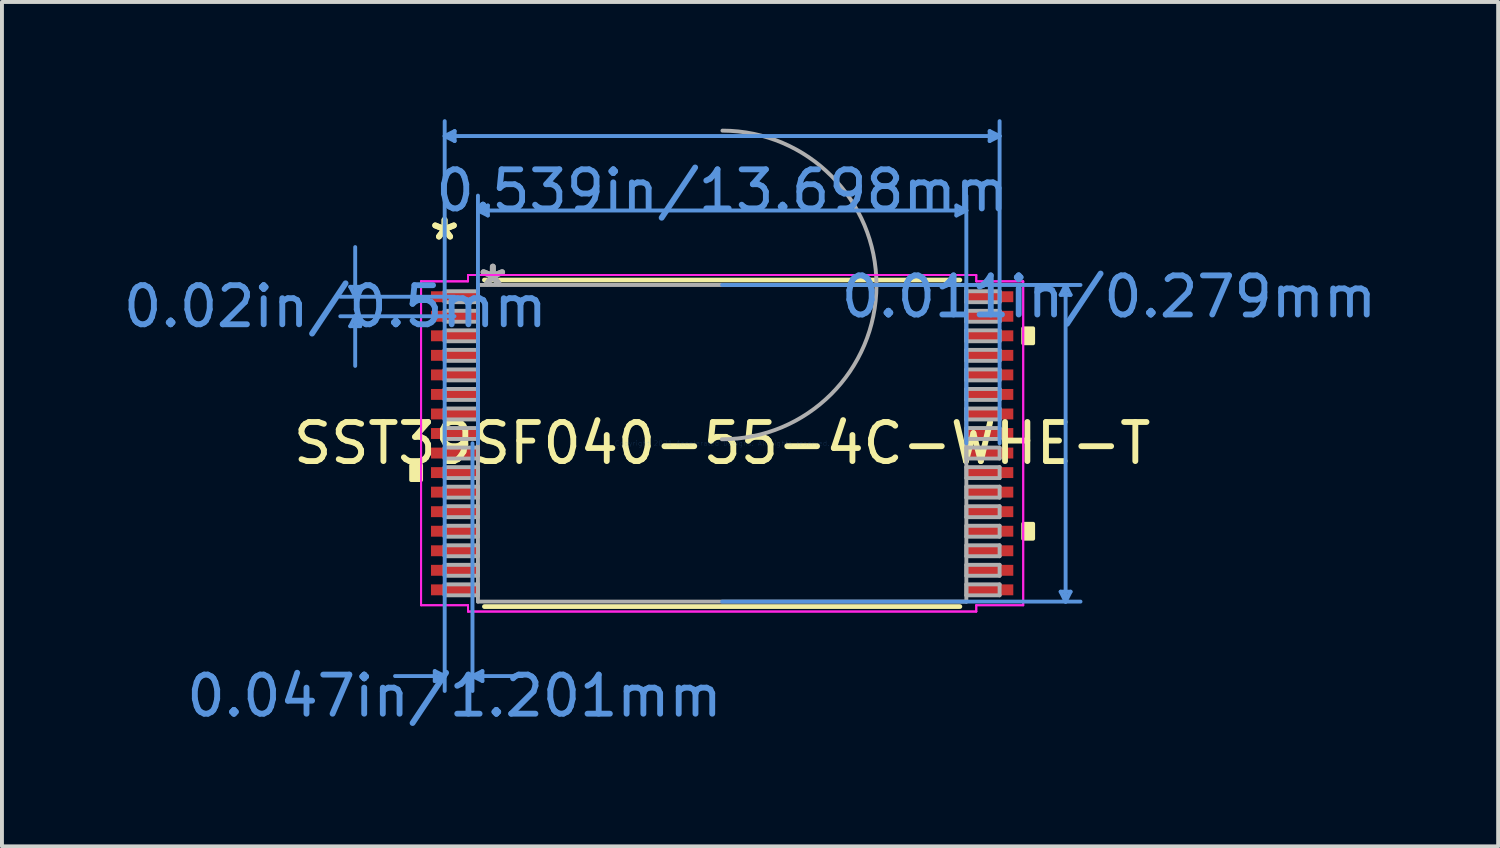
<source format=kicad_pcb>
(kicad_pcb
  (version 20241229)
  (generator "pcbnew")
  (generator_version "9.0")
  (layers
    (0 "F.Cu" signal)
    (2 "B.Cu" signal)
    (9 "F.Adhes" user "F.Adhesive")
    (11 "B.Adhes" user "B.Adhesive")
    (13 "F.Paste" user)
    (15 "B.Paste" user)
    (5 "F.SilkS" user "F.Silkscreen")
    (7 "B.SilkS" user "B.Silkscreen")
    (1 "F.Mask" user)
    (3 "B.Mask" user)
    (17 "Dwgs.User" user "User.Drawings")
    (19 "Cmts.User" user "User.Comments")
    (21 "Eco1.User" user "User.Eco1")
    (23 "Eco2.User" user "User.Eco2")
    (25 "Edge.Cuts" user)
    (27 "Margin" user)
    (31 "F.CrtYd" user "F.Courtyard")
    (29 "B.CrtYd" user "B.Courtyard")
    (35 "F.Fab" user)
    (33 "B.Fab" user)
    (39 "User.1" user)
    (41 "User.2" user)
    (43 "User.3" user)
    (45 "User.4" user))
  (footprint "SST39SF040-55-4C-WHE-T"
    (layer "F.Cu")
    (at 15.427 8.292)
    (property "Reference" "SST39SF040-55-4C-WHE-T" (at 0 0 0) (layer "F.SilkS") (effects (font (size 1 1) (thickness 0.15))))
    (attr through_hole)
    (fp_line (start -6.083 4.178) (end 6.083 4.178) (stroke (width 0.12) (type solid)) (layer "F.SilkS"))
    (fp_line (start 6.083 -4.178) (end -6.083 -4.178) (stroke (width 0.12) (type solid)) (layer "F.SilkS"))
    (fp_poly (pts (xy -7.957 0.56) (xy -7.957 0.941) (xy -7.703 0.941) (xy -7.703 0.56)) (stroke (width 0.1) (type solid)) (fill yes) (layer "F.SilkS"))
    (fp_poly (pts (xy 7.957 -2.941) (xy 7.957 -2.559) (xy 7.703 -2.559) (xy 7.703 -2.941)) (stroke (width 0.1) (type solid)) (fill yes) (layer "F.SilkS"))
    (fp_poly (pts (xy 7.957 2.06) (xy 7.957 2.441) (xy 7.703 2.441) (xy 7.703 2.06)) (stroke (width 0.1) (type solid)) (fill yes) (layer "F.SilkS"))
    (fp_line (start -9.516 -4.004) (end -9.262 -4.004) (stroke (width 0.1) (type solid)) (layer "Cmts.User"))
    (fp_line (start -9.516 -2.996) (end -9.262 -2.996) (stroke (width 0.1) (type solid)) (layer "Cmts.User"))
    (fp_line (start -9.389 -3.75) (end -9.516 -4.004) (stroke (width 0.1) (type solid)) (layer "Cmts.User"))
    (fp_line (start -9.389 -3.75) (end -9.389 -5.02) (stroke (width 0.1) (type solid)) (layer "Cmts.User"))
    (fp_line (start -9.389 -3.75) (end -9.262 -4.004) (stroke (width 0.1) (type solid)) (layer "Cmts.User"))
    (fp_line (start -9.389 -3.25) (end -9.516 -2.996) (stroke (width 0.1) (type solid)) (layer "Cmts.User"))
    (fp_line (start -9.389 -3.25) (end -9.389 -1.98) (stroke (width 0.1) (type solid)) (layer "Cmts.User"))
    (fp_line (start -9.389 -3.25) (end -9.262 -2.996) (stroke (width 0.1) (type solid)) (layer "Cmts.User"))
    (fp_line (start -7.353 5.829) (end -7.353 6.083) (stroke (width 0.1) (type solid)) (layer "Cmts.User"))
    (fp_line (start -7.099 -7.861) (end -6.845 -7.988) (stroke (width 0.1) (type solid)) (layer "Cmts.User"))
    (fp_line (start -7.099 -7.861) (end -6.845 -7.734) (stroke (width 0.1) (type solid)) (layer "Cmts.User"))
    (fp_line (start -7.099 -7.861) (end 7.099 -7.861) (stroke (width 0.1) (type solid)) (layer "Cmts.User"))
    (fp_line (start -7.099 0) (end -7.099 -8.242) (stroke (width 0.1) (type solid)) (layer "Cmts.User"))
    (fp_line (start -7.099 0) (end -7.099 6.337) (stroke (width 0.1) (type solid)) (layer "Cmts.User"))
    (fp_line (start -7.099 5.956) (end -8.369 5.956) (stroke (width 0.1) (type solid)) (layer "Cmts.User"))
    (fp_line (start -7.099 5.956) (end -7.353 5.829) (stroke (width 0.1) (type solid)) (layer "Cmts.User"))
    (fp_line (start -7.099 5.956) (end -7.353 6.083) (stroke (width 0.1) (type solid)) (layer "Cmts.User"))
    (fp_line (start -6.849 -3.75) (end -9.77 -3.75) (stroke (width 0.1) (type solid)) (layer "Cmts.User"))
    (fp_line (start -6.849 -3.25) (end -9.77 -3.25) (stroke (width 0.1) (type solid)) (layer "Cmts.User"))
    (fp_line (start -6.845 -7.988) (end -6.845 -7.734) (stroke (width 0.1) (type solid)) (layer "Cmts.User"))
    (fp_line (start -6.388 0) (end -6.388 6.337) (stroke (width 0.1) (type solid)) (layer "Cmts.User"))
    (fp_line (start -6.388 5.956) (end -6.134 5.829) (stroke (width 0.1) (type solid)) (layer "Cmts.User"))
    (fp_line (start -6.388 5.956) (end -6.134 6.083) (stroke (width 0.1) (type solid)) (layer "Cmts.User"))
    (fp_line (start -6.388 5.956) (end -5.118 5.956) (stroke (width 0.1) (type solid)) (layer "Cmts.User"))
    (fp_line (start -6.248 -5.956) (end -5.994 -6.083) (stroke (width 0.1) (type solid)) (layer "Cmts.User"))
    (fp_line (start -6.248 -5.956) (end -5.994 -5.829) (stroke (width 0.1) (type solid)) (layer "Cmts.User"))
    (fp_line (start -6.248 -5.956) (end 6.248 -5.956) (stroke (width 0.1) (type solid)) (layer "Cmts.User"))
    (fp_line (start -6.248 0) (end -6.248 -6.337) (stroke (width 0.1) (type solid)) (layer "Cmts.User"))
    (fp_line (start -6.134 5.829) (end -6.134 6.083) (stroke (width 0.1) (type solid)) (layer "Cmts.User"))
    (fp_line (start -5.994 -6.083) (end -5.994 -5.829) (stroke (width 0.1) (type solid)) (layer "Cmts.User"))
    (fp_line (start 0 -4.051) (end 9.169 -4.051) (stroke (width 0.1) (type solid)) (layer "Cmts.User"))
    (fp_line (start 0 4.051) (end 9.169 4.051) (stroke (width 0.1) (type solid)) (layer "Cmts.User"))
    (fp_line (start 5.994 -6.083) (end 5.994 -5.829) (stroke (width 0.1) (type solid)) (layer "Cmts.User"))
    (fp_line (start 6.248 -5.956) (end 5.994 -6.083) (stroke (width 0.1) (type solid)) (layer "Cmts.User"))
    (fp_line (start 6.248 -5.956) (end 5.994 -5.829) (stroke (width 0.1) (type solid)) (layer "Cmts.User"))
    (fp_line (start 6.248 0) (end 6.248 -6.337) (stroke (width 0.1) (type solid)) (layer "Cmts.User"))
    (fp_line (start 6.845 -7.988) (end 6.845 -7.734) (stroke (width 0.1) (type solid)) (layer "Cmts.User"))
    (fp_line (start 7.099 -7.861) (end 6.845 -7.988) (stroke (width 0.1) (type solid)) (layer "Cmts.User"))
    (fp_line (start 7.099 -7.861) (end 6.845 -7.734) (stroke (width 0.1) (type solid)) (layer "Cmts.User"))
    (fp_line (start 7.099 0) (end 7.099 -8.242) (stroke (width 0.1) (type solid)) (layer "Cmts.User"))
    (fp_line (start 8.661 -3.797) (end 8.915 -3.797) (stroke (width 0.1) (type solid)) (layer "Cmts.User"))
    (fp_line (start 8.661 3.797) (end 8.915 3.797) (stroke (width 0.1) (type solid)) (layer "Cmts.User"))
    (fp_line (start 8.788 -4.051) (end 8.661 -3.797) (stroke (width 0.1) (type solid)) (layer "Cmts.User"))
    (fp_line (start 8.788 -4.051) (end 8.788 4.051) (stroke (width 0.1) (type solid)) (layer "Cmts.User"))
    (fp_line (start 8.788 -4.051) (end 8.915 -3.797) (stroke (width 0.1) (type solid)) (layer "Cmts.User"))
    (fp_line (start 8.788 4.051) (end 8.661 3.797) (stroke (width 0.1) (type solid)) (layer "Cmts.User"))
    (fp_line (start 8.788 4.051) (end 8.915 3.797) (stroke (width 0.1) (type solid)) (layer "Cmts.User"))
    (fp_line (start -7.703 -4.144) (end -6.502 -4.144) (stroke (width 0.05) (type solid)) (layer "F.CrtYd"))
    (fp_line (start -7.703 -4.144) (end -6.502 -4.144) (stroke (width 0.05) (type solid)) (layer "F.CrtYd"))
    (fp_line (start -7.703 4.144) (end -7.703 -4.144) (stroke (width 0.05) (type solid)) (layer "F.CrtYd"))
    (fp_line (start -7.703 4.144) (end -7.703 -4.144) (stroke (width 0.05) (type solid)) (layer "F.CrtYd"))
    (fp_line (start -7.703 4.144) (end -6.502 4.144) (stroke (width 0.05) (type solid)) (layer "F.CrtYd"))
    (fp_line (start -6.502 -4.305) (end 6.502 -4.305) (stroke (width 0.05) (type solid)) (layer "F.CrtYd"))
    (fp_line (start -6.502 -4.305) (end 6.502 -4.305) (stroke (width 0.05) (type solid)) (layer "F.CrtYd"))
    (fp_line (start -6.502 -4.144) (end -6.502 -4.305) (stroke (width 0.05) (type solid)) (layer "F.CrtYd"))
    (fp_line (start -6.502 -4.144) (end -6.502 -4.305) (stroke (width 0.05) (type solid)) (layer "F.CrtYd"))
    (fp_line (start -6.502 4.144) (end -7.703 4.144) (stroke (width 0.05) (type solid)) (layer "F.CrtYd"))
    (fp_line (start -6.502 4.305) (end -6.502 4.144) (stroke (width 0.05) (type solid)) (layer "F.CrtYd"))
    (fp_line (start -6.502 4.305) (end -6.502 4.144) (stroke (width 0.05) (type solid)) (layer "F.CrtYd"))
    (fp_line (start 6.502 -4.305) (end 6.502 -4.144) (stroke (width 0.05) (type solid)) (layer "F.CrtYd"))
    (fp_line (start 6.502 -4.305) (end 6.502 -4.144) (stroke (width 0.05) (type solid)) (layer "F.CrtYd"))
    (fp_line (start 6.502 -4.144) (end 7.703 -4.144) (stroke (width 0.05) (type solid)) (layer "F.CrtYd"))
    (fp_line (start 6.502 4.144) (end 6.502 4.305) (stroke (width 0.05) (type solid)) (layer "F.CrtYd"))
    (fp_line (start 6.502 4.144) (end 6.502 4.305) (stroke (width 0.05) (type solid)) (layer "F.CrtYd"))
    (fp_line (start 6.502 4.305) (end -6.502 4.305) (stroke (width 0.05) (type solid)) (layer "F.CrtYd"))
    (fp_line (start 6.502 4.305) (end -6.502 4.305) (stroke (width 0.05) (type solid)) (layer "F.CrtYd"))
    (fp_line (start 7.703 -4.144) (end 6.502 -4.144) (stroke (width 0.05) (type solid)) (layer "F.CrtYd"))
    (fp_line (start 7.703 -4.144) (end 7.703 4.144) (stroke (width 0.05) (type solid)) (layer "F.CrtYd"))
    (fp_line (start 7.703 -4.144) (end 7.703 4.144) (stroke (width 0.05) (type solid)) (layer "F.CrtYd"))
    (fp_line (start 7.703 4.144) (end 6.502 4.144) (stroke (width 0.05) (type solid)) (layer "F.CrtYd"))
    (fp_line (start 7.703 4.144) (end 6.502 4.144) (stroke (width 0.05) (type solid)) (layer "F.CrtYd"))
    (fp_line (start -7.099 -3.89) (end -7.099 -3.61) (stroke (width 0.1) (type solid)) (layer "F.Fab"))
    (fp_line (start -7.099 -3.61) (end -6.248 -3.61) (stroke (width 0.1) (type solid)) (layer "F.Fab"))
    (fp_line (start -7.099 -3.39) (end -7.099 -3.11) (stroke (width 0.1) (type solid)) (layer "F.Fab"))
    (fp_line (start -7.099 -3.11) (end -6.248 -3.11) (stroke (width 0.1) (type solid)) (layer "F.Fab"))
    (fp_line (start -7.099 -2.89) (end -7.099 -2.61) (stroke (width 0.1) (type solid)) (layer "F.Fab"))
    (fp_line (start -7.099 -2.61) (end -6.248 -2.61) (stroke (width 0.1) (type solid)) (layer "F.Fab"))
    (fp_line (start -7.099 -2.39) (end -7.099 -2.11) (stroke (width 0.1) (type solid)) (layer "F.Fab"))
    (fp_line (start -7.099 -2.11) (end -6.248 -2.11) (stroke (width 0.1) (type solid)) (layer "F.Fab"))
    (fp_line (start -7.099 -1.89) (end -7.099 -1.61) (stroke (width 0.1) (type solid)) (layer "F.Fab"))
    (fp_line (start -7.099 -1.61) (end -6.248 -1.61) (stroke (width 0.1) (type solid)) (layer "F.Fab"))
    (fp_line (start -7.099 -1.39) (end -7.099 -1.11) (stroke (width 0.1) (type solid)) (layer "F.Fab"))
    (fp_line (start -7.099 -1.11) (end -6.248 -1.11) (stroke (width 0.1) (type solid)) (layer "F.Fab"))
    (fp_line (start -7.099 -0.89) (end -7.099 -0.61) (stroke (width 0.1) (type solid)) (layer "F.Fab"))
    (fp_line (start -7.099 -0.61) (end -6.248 -0.61) (stroke (width 0.1) (type solid)) (layer "F.Fab"))
    (fp_line (start -7.099 -0.39) (end -7.099 -0.11) (stroke (width 0.1) (type solid)) (layer "F.Fab"))
    (fp_line (start -7.099 -0.11) (end -6.248 -0.11) (stroke (width 0.1) (type solid)) (layer "F.Fab"))
    (fp_line (start -7.099 0.11) (end -7.099 0.39) (stroke (width 0.1) (type solid)) (layer "F.Fab"))
    (fp_line (start -7.099 0.39) (end -6.248 0.39) (stroke (width 0.1) (type solid)) (layer "F.Fab"))
    (fp_line (start -7.099 0.61) (end -7.099 0.89) (stroke (width 0.1) (type solid)) (layer "F.Fab"))
    (fp_line (start -7.099 0.89) (end -6.248 0.89) (stroke (width 0.1) (type solid)) (layer "F.Fab"))
    (fp_line (start -7.099 1.11) (end -7.099 1.39) (stroke (width 0.1) (type solid)) (layer "F.Fab"))
    (fp_line (start -7.099 1.39) (end -6.248 1.39) (stroke (width 0.1) (type solid)) (layer "F.Fab"))
    (fp_line (start -7.099 1.61) (end -7.099 1.89) (stroke (width 0.1) (type solid)) (layer "F.Fab"))
    (fp_line (start -7.099 1.89) (end -6.248 1.89) (stroke (width 0.1) (type solid)) (layer "F.Fab"))
    (fp_line (start -7.099 2.11) (end -7.099 2.39) (stroke (width 0.1) (type solid)) (layer "F.Fab"))
    (fp_line (start -7.099 2.39) (end -6.248 2.39) (stroke (width 0.1) (type solid)) (layer "F.Fab"))
    (fp_line (start -7.099 2.61) (end -7.099 2.89) (stroke (width 0.1) (type solid)) (layer "F.Fab"))
    (fp_line (start -7.099 2.89) (end -6.248 2.89) (stroke (width 0.1) (type solid)) (layer "F.Fab"))
    (fp_line (start -7.099 3.11) (end -7.099 3.39) (stroke (width 0.1) (type solid)) (layer "F.Fab"))
    (fp_line (start -7.099 3.39) (end -6.248 3.39) (stroke (width 0.1) (type solid)) (layer "F.Fab"))
    (fp_line (start -7.099 3.61) (end -7.099 3.89) (stroke (width 0.1) (type solid)) (layer "F.Fab"))
    (fp_line (start -7.099 3.89) (end -6.248 3.89) (stroke (width 0.1) (type solid)) (layer "F.Fab"))
    (fp_line (start -6.248 -4.051) (end -6.248 4.051) (stroke (width 0.1) (type solid)) (layer "F.Fab"))
    (fp_line (start -6.248 -3.89) (end -7.099 -3.89) (stroke (width 0.1) (type solid)) (layer "F.Fab"))
    (fp_line (start -6.248 -3.61) (end -6.248 -3.89) (stroke (width 0.1) (type solid)) (layer "F.Fab"))
    (fp_line (start -6.248 -3.39) (end -7.099 -3.39) (stroke (width 0.1) (type solid)) (layer "F.Fab"))
    (fp_line (start -6.248 -3.11) (end -6.248 -3.39) (stroke (width 0.1) (type solid)) (layer "F.Fab"))
    (fp_line (start -6.248 -2.89) (end -7.099 -2.89) (stroke (width 0.1) (type solid)) (layer "F.Fab"))
    (fp_line (start -6.248 -2.61) (end -6.248 -2.89) (stroke (width 0.1) (type solid)) (layer "F.Fab"))
    (fp_line (start -6.248 -2.39) (end -7.099 -2.39) (stroke (width 0.1) (type solid)) (layer "F.Fab"))
    (fp_line (start -6.248 -2.11) (end -6.248 -2.39) (stroke (width 0.1) (type solid)) (layer "F.Fab"))
    (fp_line (start -6.248 -1.89) (end -7.099 -1.89) (stroke (width 0.1) (type solid)) (layer "F.Fab"))
    (fp_line (start -6.248 -1.61) (end -6.248 -1.89) (stroke (width 0.1) (type solid)) (layer "F.Fab"))
    (fp_line (start -6.248 -1.39) (end -7.099 -1.39) (stroke (width 0.1) (type solid)) (layer "F.Fab"))
    (fp_line (start -6.248 -1.11) (end -6.248 -1.39) (stroke (width 0.1) (type solid)) (layer "F.Fab"))
    (fp_line (start -6.248 -0.89) (end -7.099 -0.89) (stroke (width 0.1) (type solid)) (layer "F.Fab"))
    (fp_line (start -6.248 -0.61) (end -6.248 -0.89) (stroke (width 0.1) (type solid)) (layer "F.Fab"))
    (fp_line (start -6.248 -0.39) (end -7.099 -0.39) (stroke (width 0.1) (type solid)) (layer "F.Fab"))
    (fp_line (start -6.248 -0.11) (end -6.248 -0.39) (stroke (width 0.1) (type solid)) (layer "F.Fab"))
    (fp_line (start -6.248 0.11) (end -7.099 0.11) (stroke (width 0.1) (type solid)) (layer "F.Fab"))
    (fp_line (start -6.248 0.39) (end -6.248 0.11) (stroke (width 0.1) (type solid)) (layer "F.Fab"))
    (fp_line (start -6.248 0.61) (end -7.099 0.61) (stroke (width 0.1) (type solid)) (layer "F.Fab"))
    (fp_line (start -6.248 0.89) (end -6.248 0.61) (stroke (width 0.1) (type solid)) (layer "F.Fab"))
    (fp_line (start -6.248 1.11) (end -7.099 1.11) (stroke (width 0.1) (type solid)) (layer "F.Fab"))
    (fp_line (start -6.248 1.39) (end -6.248 1.11) (stroke (width 0.1) (type solid)) (layer "F.Fab"))
    (fp_line (start -6.248 1.61) (end -7.099 1.61) (stroke (width 0.1) (type solid)) (layer "F.Fab"))
    (fp_line (start -6.248 1.89) (end -6.248 1.61) (stroke (width 0.1) (type solid)) (layer "F.Fab"))
    (fp_line (start -6.248 2.11) (end -7.099 2.11) (stroke (width 0.1) (type solid)) (layer "F.Fab"))
    (fp_line (start -6.248 2.39) (end -6.248 2.11) (stroke (width 0.1) (type solid)) (layer "F.Fab"))
    (fp_line (start -6.248 2.61) (end -7.099 2.61) (stroke (width 0.1) (type solid)) (layer "F.Fab"))
    (fp_line (start -6.248 2.89) (end -6.248 2.61) (stroke (width 0.1) (type solid)) (layer "F.Fab"))
    (fp_line (start -6.248 3.11) (end -7.099 3.11) (stroke (width 0.1) (type solid)) (layer "F.Fab"))
    (fp_line (start -6.248 3.39) (end -6.248 3.11) (stroke (width 0.1) (type solid)) (layer "F.Fab"))
    (fp_line (start -6.248 3.61) (end -7.099 3.61) (stroke (width 0.1) (type solid)) (layer "F.Fab"))
    (fp_line (start -6.248 3.89) (end -6.248 3.61) (stroke (width 0.1) (type solid)) (layer "F.Fab"))
    (fp_line (start -6.248 4.051) (end 6.248 4.051) (stroke (width 0.1) (type solid)) (layer "F.Fab"))
    (fp_line (start 6.248 -4.051) (end -6.248 -4.051) (stroke (width 0.1) (type solid)) (layer "F.Fab"))
    (fp_line (start 6.248 -3.89) (end 6.248 -3.61) (stroke (width 0.1) (type solid)) (layer "F.Fab"))
    (fp_line (start 6.248 -3.61) (end 7.099 -3.61) (stroke (width 0.1) (type solid)) (layer "F.Fab"))
    (fp_line (start 6.248 -3.39) (end 6.248 -3.11) (stroke (width 0.1) (type solid)) (layer "F.Fab"))
    (fp_line (start 6.248 -3.11) (end 7.099 -3.11) (stroke (width 0.1) (type solid)) (layer "F.Fab"))
    (fp_line (start 6.248 -2.89) (end 6.248 -2.61) (stroke (width 0.1) (type solid)) (layer "F.Fab"))
    (fp_line (start 6.248 -2.61) (end 7.099 -2.61) (stroke (width 0.1) (type solid)) (layer "F.Fab"))
    (fp_line (start 6.248 -2.39) (end 6.248 -2.11) (stroke (width 0.1) (type solid)) (layer "F.Fab"))
    (fp_line (start 6.248 -2.11) (end 7.099 -2.11) (stroke (width 0.1) (type solid)) (layer "F.Fab"))
    (fp_line (start 6.248 -1.89) (end 6.248 -1.61) (stroke (width 0.1) (type solid)) (layer "F.Fab"))
    (fp_line (start 6.248 -1.61) (end 7.099 -1.61) (stroke (width 0.1) (type solid)) (layer "F.Fab"))
    (fp_line (start 6.248 -1.39) (end 6.248 -1.11) (stroke (width 0.1) (type solid)) (layer "F.Fab"))
    (fp_line (start 6.248 -1.11) (end 7.099 -1.11) (stroke (width 0.1) (type solid)) (layer "F.Fab"))
    (fp_line (start 6.248 -0.89) (end 6.248 -0.61) (stroke (width 0.1) (type solid)) (layer "F.Fab"))
    (fp_line (start 6.248 -0.61) (end 7.099 -0.61) (stroke (width 0.1) (type solid)) (layer "F.Fab"))
    (fp_line (start 6.248 -0.39) (end 6.248 -0.11) (stroke (width 0.1) (type solid)) (layer "F.Fab"))
    (fp_line (start 6.248 -0.11) (end 7.099 -0.11) (stroke (width 0.1) (type solid)) (layer "F.Fab"))
    (fp_line (start 6.248 0.11) (end 6.248 0.39) (stroke (width 0.1) (type solid)) (layer "F.Fab"))
    (fp_line (start 6.248 0.39) (end 7.099 0.39) (stroke (width 0.1) (type solid)) (layer "F.Fab"))
    (fp_line (start 6.248 0.61) (end 6.248 0.89) (stroke (width 0.1) (type solid)) (layer "F.Fab"))
    (fp_line (start 6.248 0.89) (end 7.099 0.89) (stroke (width 0.1) (type solid)) (layer "F.Fab"))
    (fp_line (start 6.248 1.11) (end 6.248 1.39) (stroke (width 0.1) (type solid)) (layer "F.Fab"))
    (fp_line (start 6.248 1.39) (end 7.099 1.39) (stroke (width 0.1) (type solid)) (layer "F.Fab"))
    (fp_line (start 6.248 1.61) (end 6.248 1.89) (stroke (width 0.1) (type solid)) (layer "F.Fab"))
    (fp_line (start 6.248 1.89) (end 7.099 1.89) (stroke (width 0.1) (type solid)) (layer "F.Fab"))
    (fp_line (start 6.248 2.11) (end 6.248 2.39) (stroke (width 0.1) (type solid)) (layer "F.Fab"))
    (fp_line (start 6.248 2.39) (end 7.099 2.39) (stroke (width 0.1) (type solid)) (layer "F.Fab"))
    (fp_line (start 6.248 2.61) (end 6.248 2.89) (stroke (width 0.1) (type solid)) (layer "F.Fab"))
    (fp_line (start 6.248 2.89) (end 7.099 2.89) (stroke (width 0.1) (type solid)) (layer "F.Fab"))
    (fp_line (start 6.248 3.11) (end 6.248 3.39) (stroke (width 0.1) (type solid)) (layer "F.Fab"))
    (fp_line (start 6.248 3.39) (end 7.099 3.39) (stroke (width 0.1) (type solid)) (layer "F.Fab"))
    (fp_line (start 6.248 3.61) (end 6.248 3.89) (stroke (width 0.1) (type solid)) (layer "F.Fab"))
    (fp_line (start 6.248 3.89) (end 7.099 3.89) (stroke (width 0.1) (type solid)) (layer "F.Fab"))
    (fp_line (start 6.248 4.051) (end 6.248 -4.051) (stroke (width 0.1) (type solid)) (layer "F.Fab"))
    (fp_line (start 7.099 -3.89) (end 6.248 -3.89) (stroke (width 0.1) (type solid)) (layer "F.Fab"))
    (fp_line (start 7.099 -3.61) (end 7.099 -3.89) (stroke (width 0.1) (type solid)) (layer "F.Fab"))
    (fp_line (start 7.099 -3.39) (end 6.248 -3.39) (stroke (width 0.1) (type solid)) (layer "F.Fab"))
    (fp_line (start 7.099 -3.11) (end 7.099 -3.39) (stroke (width 0.1) (type solid)) (layer "F.Fab"))
    (fp_line (start 7.099 -2.89) (end 6.248 -2.89) (stroke (width 0.1) (type solid)) (layer "F.Fab"))
    (fp_line (start 7.099 -2.61) (end 7.099 -2.89) (stroke (width 0.1) (type solid)) (layer "F.Fab"))
    (fp_line (start 7.099 -2.39) (end 6.248 -2.39) (stroke (width 0.1) (type solid)) (layer "F.Fab"))
    (fp_line (start 7.099 -2.11) (end 7.099 -2.39) (stroke (width 0.1) (type solid)) (layer "F.Fab"))
    (fp_line (start 7.099 -1.89) (end 6.248 -1.89) (stroke (width 0.1) (type solid)) (layer "F.Fab"))
    (fp_line (start 7.099 -1.61) (end 7.099 -1.89) (stroke (width 0.1) (type solid)) (layer "F.Fab"))
    (fp_line (start 7.099 -1.39) (end 6.248 -1.39) (stroke (width 0.1) (type solid)) (layer "F.Fab"))
    (fp_line (start 7.099 -1.11) (end 7.099 -1.39) (stroke (width 0.1) (type solid)) (layer "F.Fab"))
    (fp_line (start 7.099 -0.89) (end 6.248 -0.89) (stroke (width 0.1) (type solid)) (layer "F.Fab"))
    (fp_line (start 7.099 -0.61) (end 7.099 -0.89) (stroke (width 0.1) (type solid)) (layer "F.Fab"))
    (fp_line (start 7.099 -0.39) (end 6.248 -0.39) (stroke (width 0.1) (type solid)) (layer "F.Fab"))
    (fp_line (start 7.099 -0.11) (end 7.099 -0.39) (stroke (width 0.1) (type solid)) (layer "F.Fab"))
    (fp_line (start 7.099 0.11) (end 6.248 0.11) (stroke (width 0.1) (type solid)) (layer "F.Fab"))
    (fp_line (start 7.099 0.39) (end 7.099 0.11) (stroke (width 0.1) (type solid)) (layer "F.Fab"))
    (fp_line (start 7.099 0.61) (end 6.248 0.61) (stroke (width 0.1) (type solid)) (layer "F.Fab"))
    (fp_line (start 7.099 0.89) (end 7.099 0.61) (stroke (width 0.1) (type solid)) (layer "F.Fab"))
    (fp_line (start 7.099 1.11) (end 6.248 1.11) (stroke (width 0.1) (type solid)) (layer "F.Fab"))
    (fp_line (start 7.099 1.39) (end 7.099 1.11) (stroke (width 0.1) (type solid)) (layer "F.Fab"))
    (fp_line (start 7.099 1.61) (end 6.248 1.61) (stroke (width 0.1) (type solid)) (layer "F.Fab"))
    (fp_line (start 7.099 1.89) (end 7.099 1.61) (stroke (width 0.1) (type solid)) (layer "F.Fab"))
    (fp_line (start 7.099 2.11) (end 6.248 2.11) (stroke (width 0.1) (type solid)) (layer "F.Fab"))
    (fp_line (start 7.099 2.39) (end 7.099 2.11) (stroke (width 0.1) (type solid)) (layer "F.Fab"))
    (fp_line (start 7.099 2.61) (end 6.248 2.61) (stroke (width 0.1) (type solid)) (layer "F.Fab"))
    (fp_line (start 7.099 2.89) (end 7.099 2.61) (stroke (width 0.1) (type solid)) (layer "F.Fab"))
    (fp_line (start 7.099 3.11) (end 6.248 3.11) (stroke (width 0.1) (type solid)) (layer "F.Fab"))
    (fp_line (start 7.099 3.39) (end 7.099 3.11) (stroke (width 0.1) (type solid)) (layer "F.Fab"))
    (fp_line (start 7.099 3.61) (end 6.248 3.61) (stroke (width 0.1) (type solid)) (layer "F.Fab"))
    (fp_line (start 7.099 3.89) (end 7.099 3.61) (stroke (width 0.1) (type solid)) (layer "F.Fab"))
    (fp_arc (start 0.007742 -7.999697) (mid 3.948397 -4.043558) (end -0.007742 -0.102903) (stroke (width 0.1) (type solid)) (layer "F.Fab"))
    (fp_text user "*" (at -7.103 -5.172 0) (layer "F.SilkS") (effects (font (size 1 1) (thickness 0.15))))
    (fp_text user "*" (at -7.103 -5.172 0) (layer "F.SilkS") (effects (font (size 1 1) (thickness 0.15))))
    (fp_text user "0.047in/1.201mm" (at -6.849 6.464 0) (layer "Cmts.User") (effects (font (size 1 1) (thickness 0.15))))
    (fp_text user "0.02in/0.5mm" (at -9.897 -3.5 0) (layer "Cmts.User") (effects (font (size 1 1) (thickness 0.15))))
    (fp_text user "Copyright 2021 Accelerated Designs. All rights reserved." (at 0 0 0) (layer "Cmts.User") (effects (font (size 0.127 0.127) (thickness 0.002))))
    (fp_text user "0.011in/0.279mm" (at 9.897 -3.75 0) (layer "Cmts.User") (effects (font (size 1 1) (thickness 0.15))))
    (fp_text user "0.539in/13.698mm" (at 0 -6.464 0) (layer "Cmts.User") (effects (font (size 1 1) (thickness 0.15))))
    (fp_text user "*" (at -5.867 -3.975 0) (layer "F.Fab") (effects (font (size 1 1) (thickness 0.15))))
    (fp_text user "*" (at -5.867 -3.975 0) (layer "F.Fab") (effects (font (size 1 1) (thickness 0.15))))
    (pad "1" smd rect (at -6.849 -3.75) (size 1.201 0.279) (layers "F.Cu" "F.Mask" "F.Paste"))
    (pad "2" smd rect (at -6.849 -3.25) (size 1.201 0.279) (layers "F.Cu" "F.Mask" "F.Paste"))
    (pad "3" smd rect (at -6.849 -2.75) (size 1.201 0.279) (layers "F.Cu" "F.Mask" "F.Paste"))
    (pad "4" smd rect (at -6.849 -2.25) (size 1.201 0.279) (layers "F.Cu" "F.Mask" "F.Paste"))
    (pad "5" smd rect (at -6.849 -1.75) (size 1.201 0.279) (layers "F.Cu" "F.Mask" "F.Paste"))
    (pad "6" smd rect (at -6.849 -1.25) (size 1.201 0.279) (layers "F.Cu" "F.Mask" "F.Paste"))
    (pad "7" smd rect (at -6.849 -0.75) (size 1.201 0.279) (layers "F.Cu" "F.Mask" "F.Paste"))
    (pad "8" smd rect (at -6.849 -0.25) (size 1.201 0.279) (layers "F.Cu" "F.Mask" "F.Paste"))
    (pad "9" smd rect (at -6.849 0.25) (size 1.201 0.279) (layers "F.Cu" "F.Mask" "F.Paste"))
    (pad "10" smd rect (at -6.849 0.75) (size 1.201 0.279) (layers "F.Cu" "F.Mask" "F.Paste"))
    (pad "11" smd rect (at -6.849 1.25) (size 1.201 0.279) (layers "F.Cu" "F.Mask" "F.Paste"))
    (pad "12" smd rect (at -6.849 1.75) (size 1.201 0.279) (layers "F.Cu" "F.Mask" "F.Paste"))
    (pad "13" smd rect (at -6.849 2.25) (size 1.201 0.279) (layers "F.Cu" "F.Mask" "F.Paste"))
    (pad "14" smd rect (at -6.849 2.75) (size 1.201 0.279) (layers "F.Cu" "F.Mask" "F.Paste"))
    (pad "15" smd rect (at -6.849 3.25) (size 1.201 0.279) (layers "F.Cu" "F.Mask" "F.Paste"))
    (pad "16" smd rect (at -6.849 3.75) (size 1.201 0.279) (layers "F.Cu" "F.Mask" "F.Paste"))
    (pad "17" smd rect (at 6.849 3.75) (size 1.201 0.279) (layers "F.Cu" "F.Mask" "F.Paste"))
    (pad "18" smd rect (at 6.849 3.25) (size 1.201 0.279) (layers "F.Cu" "F.Mask" "F.Paste"))
    (pad "19" smd rect (at 6.849 2.75) (size 1.201 0.279) (layers "F.Cu" "F.Mask" "F.Paste"))
    (pad "20" smd rect (at 6.849 2.25) (size 1.201 0.279) (layers "F.Cu" "F.Mask" "F.Paste"))
    (pad "21" smd rect (at 6.849 1.75) (size 1.201 0.279) (layers "F.Cu" "F.Mask" "F.Paste"))
    (pad "22" smd rect (at 6.849 1.25) (size 1.201 0.279) (layers "F.Cu" "F.Mask" "F.Paste"))
    (pad "23" smd rect (at 6.849 0.75) (size 1.201 0.279) (layers "F.Cu" "F.Mask" "F.Paste"))
    (pad "24" smd rect (at 6.849 0.25) (size 1.201 0.279) (layers "F.Cu" "F.Mask" "F.Paste"))
    (pad "25" smd rect (at 6.849 -0.25) (size 1.201 0.279) (layers "F.Cu" "F.Mask" "F.Paste"))
    (pad "26" smd rect (at 6.849 -0.75) (size 1.201 0.279) (layers "F.Cu" "F.Mask" "F.Paste"))
    (pad "27" smd rect (at 6.849 -1.25) (size 1.201 0.279) (layers "F.Cu" "F.Mask" "F.Paste"))
    (pad "28" smd rect (at 6.849 -1.75) (size 1.201 0.279) (layers "F.Cu" "F.Mask" "F.Paste"))
    (pad "29" smd rect (at 6.849 -2.25) (size 1.201 0.279) (layers "F.Cu" "F.Mask" "F.Paste"))
    (pad "30" smd rect (at 6.849 -2.75) (size 1.201 0.279) (layers "F.Cu" "F.Mask" "F.Paste"))
    (pad "31" smd rect (at 6.849 -3.25) (size 1.201 0.279) (layers "F.Cu" "F.Mask" "F.Paste"))
    (pad "32" smd rect (at 6.849 -3.75) (size 1.201 0.279) (layers "F.Cu" "F.Mask" "F.Paste")))
  (gr_rect
    (start -3 -3)
    (end 35.282 18.605)
    (stroke (width 0.1) (type default))
    (fill no)
    (layer "Edge.Cuts")))
</source>
